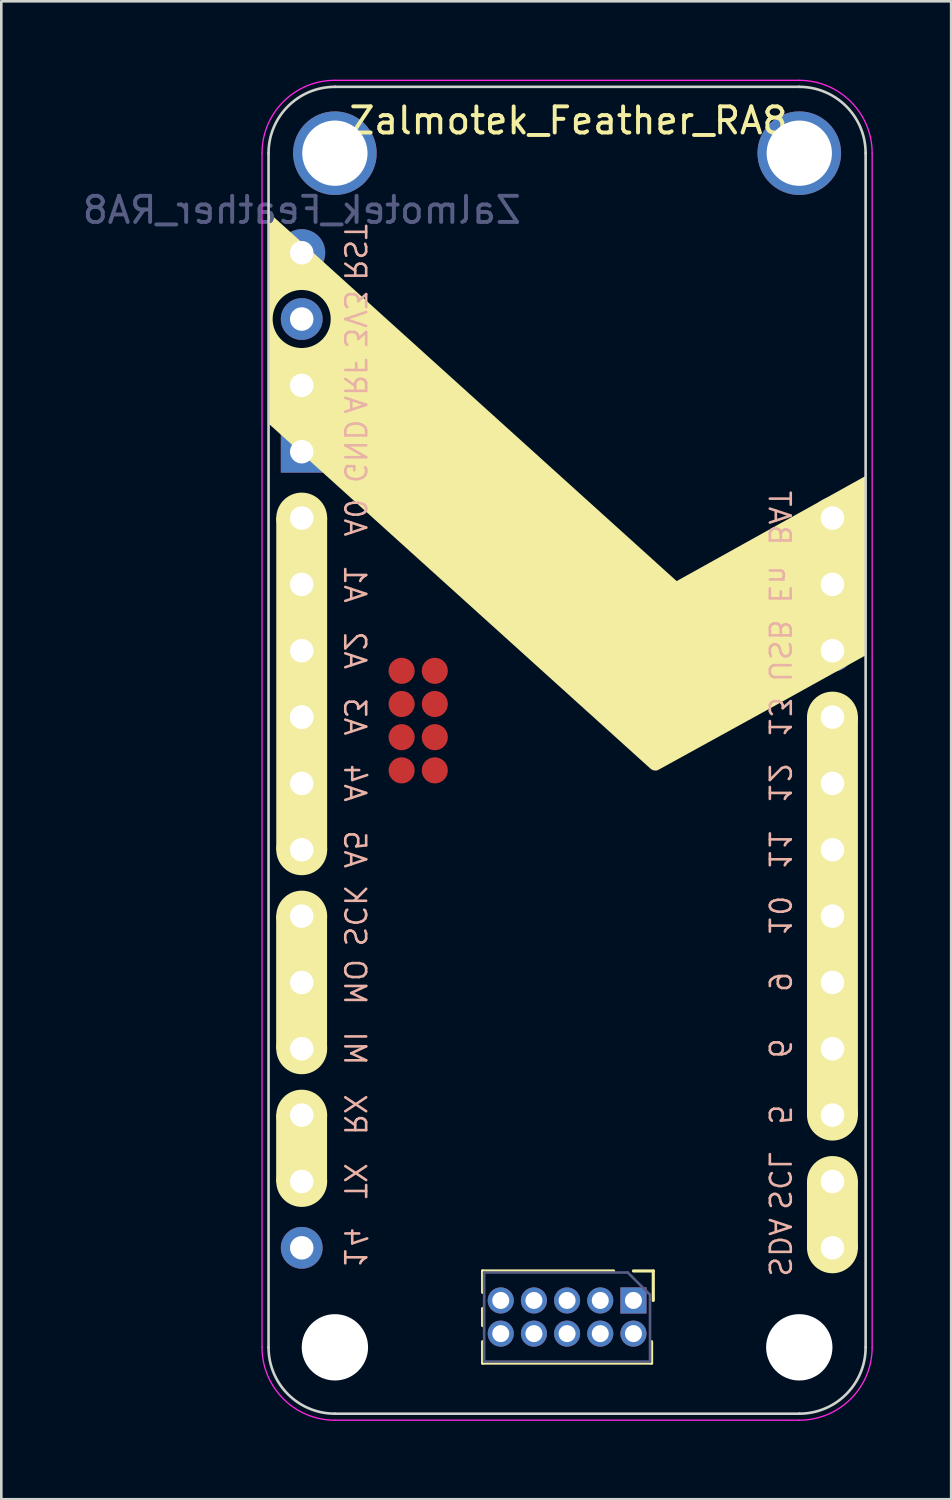
<source format=kicad_pcb>
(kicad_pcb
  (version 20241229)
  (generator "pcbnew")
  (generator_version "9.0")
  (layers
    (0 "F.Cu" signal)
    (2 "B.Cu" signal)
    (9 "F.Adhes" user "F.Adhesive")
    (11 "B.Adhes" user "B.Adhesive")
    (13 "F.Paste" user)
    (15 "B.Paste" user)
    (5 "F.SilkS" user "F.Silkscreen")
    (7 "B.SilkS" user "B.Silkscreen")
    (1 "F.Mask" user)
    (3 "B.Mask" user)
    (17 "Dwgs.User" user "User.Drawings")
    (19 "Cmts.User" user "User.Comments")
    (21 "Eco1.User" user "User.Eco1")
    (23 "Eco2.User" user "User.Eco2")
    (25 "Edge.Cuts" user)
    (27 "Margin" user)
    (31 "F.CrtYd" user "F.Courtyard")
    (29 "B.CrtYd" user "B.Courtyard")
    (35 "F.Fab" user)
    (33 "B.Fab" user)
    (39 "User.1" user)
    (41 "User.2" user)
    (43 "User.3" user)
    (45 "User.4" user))
  (footprint "Zalmotek_Feather_RA8"
    (layer "F.Cu")
    (at 8.502 6.625)
    (property "Reference" "Zalmotek_Feather_RA8" (at 10.21 -5.057 0) (layer "F.SilkS") (effects (font (size 1 1) (thickness 0.15))))
    (attr through_hole exclude_from_bom)
    (fp_line (start 6.925 38.985) (end 6.925 39.807) (stroke (width 0.12) (type solid)) (layer "F.SilkS"))
    (fp_line (start 6.925 40.423) (end 6.925 41.077) (stroke (width 0.12) (type solid)) (layer "F.SilkS"))
    (fp_line (start 6.925 41.693) (end 6.925 42.515) (stroke (width 0.12) (type solid)) (layer "F.SilkS"))
    (fp_line (start 11.94 38.985) (end 6.925 38.985) (stroke (width 0.12) (type solid)) (layer "F.SilkS"))
    (fp_line (start 12.7 38.985) (end 13.46 38.985) (stroke (width 0.12) (type solid)) (layer "F.SilkS"))
    (fp_line (start 13.395 41.693) (end 13.395 42.515) (stroke (width 0.12) (type solid)) (layer "F.SilkS"))
    (fp_line (start 13.395 42.515) (end 6.925 42.515) (stroke (width 0.12) (type solid)) (layer "F.SilkS"))
    (fp_line (start 13.46 38.985) (end 13.46 40.115) (stroke (width 0.12) (type solid)) (layer "F.SilkS"))
    (fp_rect (start -0.928 25.39) (end 0.92 30.466) (stroke (width 0.1) (type solid)) (fill yes) (layer "F.SilkS"))
    (fp_rect (start -0.928 33.015) (end 0.92 35.56) (stroke (width 0.1) (type solid)) (fill yes) (layer "F.SilkS"))
    (fp_rect (start -0.924 10.162) (end 0.924 22.858) (stroke (width 0.1) (type solid)) (fill yes) (layer "F.SilkS"))
    (fp_rect (start 19.396 17.78) (end 21.244 33.015) (stroke (width 0.1) (type solid)) (fill yes) (layer "F.SilkS"))
    (fp_rect (start 19.396 35.56) (end 21.244 38.115) (stroke (width 0.1) (type solid)) (fill yes) (layer "F.SilkS"))
    (fp_circle (center 0 10.16) (end 0.924 10.16) (stroke (width 0.1) (type solid)) (fill yes) (layer "F.SilkS"))
    (fp_circle (center 0 22.86) (end 0.924 22.86) (stroke (width 0.1) (type solid)) (fill yes) (layer "F.SilkS"))
    (fp_circle (center 0 25.4) (end 0.924 25.4) (stroke (width 0.1) (type solid)) (fill yes) (layer "F.SilkS"))
    (fp_circle (center 0 30.48) (end 0.924 30.48) (stroke (width 0.1) (type solid)) (fill yes) (layer "F.SilkS"))
    (fp_circle (center 0 33.02) (end 0.924 33.02) (stroke (width 0.1) (type solid)) (fill yes) (layer "F.SilkS"))
    (fp_circle (center 0 35.56) (end 0.924 35.56) (stroke (width 0.1) (type solid)) (fill yes) (layer "F.SilkS"))
    (fp_circle (center 20.32 17.78) (end 21.244 17.78) (stroke (width 0.1) (type solid)) (fill yes) (layer "F.SilkS"))
    (fp_circle (center 20.32 33.02) (end 21.244 33.02) (stroke (width 0.1) (type solid)) (fill yes) (layer "F.SilkS"))
    (fp_circle (center 20.32 35.56) (end 21.244 35.56) (stroke (width 0.1) (type solid)) (fill yes) (layer "F.SilkS"))
    (fp_circle (center 20.32 38.1) (end 21.244 38.1) (stroke (width 0.1) (type solid)) (fill yes) (layer "F.SilkS"))
    (fp_poly (pts (xy 14.354 12.573) (xy 21.586 8.55) (xy 21.586 15.418) (xy 17.626 17.614) (xy 13.66 19.797) (xy 13.653 19.801) (xy 13.646 19.804) (xy 13.639 19.807) (xy 13.632 19.81) (xy 13.624 19.813) (xy 13.617 19.815) (xy 13.61 19.818) (xy 13.602 19.82) (xy 13.595 19.821) (xy 13.587 19.823) (xy 13.579 19.824) (xy 13.572 19.825) (xy 13.564 19.826) (xy 13.556 19.826) (xy 13.549 19.827) (xy 13.541 19.827) (xy 13.527 19.826) (xy 13.514 19.825) (xy 13.501 19.824) (xy 13.489 19.821) (xy 13.477 19.819) (xy 13.465 19.816) (xy 13.454 19.812) (xy 13.443 19.808) (xy 13.433 19.804) (xy 13.422 19.799) (xy 13.412 19.794) (xy 13.402 19.789) (xy 13.392 19.783) (xy 13.382 19.777) (xy 13.362 19.763) (xy -1.271 6.541) (xy -1.271 2.539) (xy -1.113 2.539) (xy -1.112 2.596) (xy -1.107 2.652) (xy -1.1 2.708) (xy -1.09 2.762) (xy -1.078 2.816) (xy -1.063 2.869) (xy -1.046 2.92) (xy -1.026 2.971) (xy -1.003 3.02) (xy -0.979 3.068) (xy -0.952 3.114) (xy -0.923 3.159) (xy -0.892 3.203) (xy -0.859 3.245) (xy -0.824 3.285) (xy -0.788 3.324) (xy -0.749 3.36) (xy -0.709 3.395) (xy -0.667 3.428) (xy -0.623 3.459) (xy -0.578 3.488) (xy -0.532 3.515) (xy -0.484 3.539) (xy -0.435 3.562) (xy -0.384 3.582) (xy -0.333 3.599) (xy -0.28 3.614) (xy -0.226 3.626) (xy -0.172 3.636) (xy -0.116 3.643) (xy -0.06 3.648) (xy -0.003 3.649) (xy 0.055 3.648) (xy 0.111 3.643) (xy 0.167 3.636) (xy 0.221 3.627) (xy 0.275 3.614) (xy 0.328 3.599) (xy 0.379 3.582) (xy 0.43 3.562) (xy 0.479 3.54) (xy 0.527 3.515) (xy 0.574 3.488) (xy 0.619 3.459) (xy 0.662 3.429) (xy 0.704 3.396) (xy 0.744 3.361) (xy 0.783 3.324) (xy 0.82 3.285) (xy 0.855 3.245) (xy 0.888 3.203) (xy 0.919 3.16) (xy 0.948 3.114) (xy 0.974 3.068) (xy 0.999 3.02) (xy 1.021 2.971) (xy 1.041 2.92) (xy 1.059 2.869) (xy 1.074 2.816) (xy 1.086 2.762) (xy 1.096 2.708) (xy 1.103 2.652) (xy 1.107 2.596) (xy 1.109 2.539) (xy 1.107 2.481) (xy 1.103 2.425) (xy 1.096 2.369) (xy 1.086 2.315) (xy 1.074 2.261) (xy 1.059 2.208) (xy 1.041 2.156) (xy 1.021 2.106) (xy 0.999 2.057) (xy 0.975 2.009) (xy 0.948 1.962) (xy 0.919 1.917) (xy 0.888 1.874) (xy 0.855 1.832) (xy 0.82 1.791) (xy 0.783 1.753) (xy 0.745 1.716) (xy 0.704 1.681) (xy 0.662 1.648) (xy 0.619 1.617) (xy 0.574 1.588) (xy 0.527 1.561) (xy 0.479 1.537) (xy 0.43 1.515) (xy 0.38 1.495) (xy 0.328 1.477) (xy 0.275 1.462) (xy 0.221 1.45) (xy 0.167 1.44) (xy 0.111 1.433) (xy 0.055 1.429) (xy -0.003 1.427) (xy -0.06 1.429) (xy -0.116 1.433) (xy -0.172 1.44) (xy -0.226 1.45) (xy -0.28 1.463) (xy -0.333 1.477) (xy -0.384 1.495) (xy -0.435 1.515) (xy -0.484 1.537) (xy -0.532 1.562) (xy -0.578 1.588) (xy -0.624 1.617) (xy -0.667 1.648) (xy -0.709 1.681) (xy -0.749 1.716) (xy -0.788 1.753) (xy -0.825 1.792) (xy -0.86 1.832) (xy -0.893 1.874) (xy -0.923 1.917) (xy -0.952 1.962) (xy -0.979 2.009) (xy -1.004 2.057) (xy -1.026 2.106) (xy -1.046 2.157) (xy -1.063 2.208) (xy -1.078 2.261) (xy -1.091 2.315) (xy -1.1 2.369) (xy -1.107 2.425) (xy -1.112 2.481) (xy -1.113 2.539) (xy -1.271 2.539) (xy -1.271 -1.546)) (stroke (width 0) (type solid)) (fill yes) (layer "F.SilkS"))
    (fp_line (start -1.27 -3.81) (end -1.27 41.91) (stroke (width 0.1) (type solid)) (layer "Edge.Cuts"))
    (fp_line (start 1.27 44.45) (end 19.05 44.45) (stroke (width 0.1) (type solid)) (layer "Edge.Cuts"))
    (fp_line (start 19.05 -6.35) (end 1.27 -6.35) (stroke (width 0.1) (type solid)) (layer "Edge.Cuts"))
    (fp_line (start 21.59 41.91) (end 21.59 -3.81) (stroke (width 0.1) (type solid)) (layer "Edge.Cuts"))
    (fp_arc (start -1.27 -3.81) (mid -0.526051 -5.606051) (end 1.27 -6.35) (stroke (width 0.1) (type solid)) (layer "Edge.Cuts"))
    (fp_arc (start 1.27 44.45) (mid -0.526051 43.706051) (end -1.27 41.91) (stroke (width 0.1) (type solid)) (layer "Edge.Cuts"))
    (fp_arc (start 19.05 -6.35) (mid 20.846051 -5.606051) (end 21.59 -3.81) (stroke (width 0.1) (type solid)) (layer "Edge.Cuts"))
    (fp_arc (start 21.59 41.91) (mid 20.846051 43.706051) (end 19.05 44.45) (stroke (width 0.1) (type solid)) (layer "Edge.Cuts"))
    (fp_line (start -1.52 41.91) (end -1.52 -3.81) (stroke (width 0.05) (type solid)) (layer "F.CrtYd"))
    (fp_line (start 19.05 -6.6) (end 1.27 -6.6) (stroke (width 0.05) (type solid)) (layer "F.CrtYd"))
    (fp_line (start 19.05 44.7) (end 1.27 44.7) (stroke (width 0.05) (type solid)) (layer "F.CrtYd"))
    (fp_line (start 21.84 41.91) (end 21.84 -3.81) (stroke (width 0.05) (type solid)) (layer "F.CrtYd"))
    (fp_arc (start -1.52 -3.81) (mid -0.702828 -5.782828) (end 1.27 -6.6) (stroke (width 0.05) (type solid)) (layer "F.CrtYd"))
    (fp_arc (start 1.27 44.7) (mid -0.702828 43.882828) (end -1.52 41.91) (stroke (width 0.05) (type solid)) (layer "F.CrtYd"))
    (fp_arc (start 19.05 -6.6) (mid 21.022828 -5.782828) (end 21.84 -3.81) (stroke (width 0.05) (type solid)) (layer "F.CrtYd"))
    (fp_arc (start 21.84 41.91) (mid 21.022828 43.882828) (end 19.05 44.7) (stroke (width 0.05) (type solid)) (layer "F.CrtYd"))
    (fp_line (start 6.985 39.045) (end 12.482 39.045) (stroke (width 0.1) (type solid)) (layer "B.Fab"))
    (fp_line (start 6.985 42.455) (end 6.985 39.045) (stroke (width 0.1) (type solid)) (layer "B.Fab"))
    (fp_line (start 12.482 39.045) (end 13.335 39.898) (stroke (width 0.1) (type solid)) (layer "B.Fab"))
    (fp_line (start 13.335 39.898) (end 13.335 42.455) (stroke (width 0.1) (type solid)) (layer "B.Fab"))
    (fp_line (start 13.335 42.455) (end 6.985 42.455) (stroke (width 0.1) (type solid)) (layer "B.Fab"))
    (fp_text user "9" (at 18.288 27.923 270) (unlocked yes) (layer "B.SilkS") (effects (font (size 0.8 0.8) (thickness 0.1) (bold yes)) (justify mirror)))
    (fp_text user "14" (at 2.032 38.083 270) (unlocked yes) (layer "B.SilkS") (effects (font (size 0.8 0.8) (thickness 0.1) (bold yes)) (justify mirror)))
    (fp_text user "TX" (at 2.032 35.543 270) (unlocked yes) (layer "B.SilkS") (effects (font (size 0.8 0.8) (thickness 0.1) (bold yes)) (justify mirror)))
    (fp_text user "RX" (at 2.032 33.003 270) (unlocked yes) (layer "B.SilkS") (effects (font (size 0.8 0.8) (thickness 0.1) (bold yes)) (justify mirror)))
    (fp_text user "SCL" (at 18.288 35.543 270) (unlocked yes) (layer "B.SilkS") (effects (font (size 0.8 0.8) (thickness 0.1) (bold yes)) (justify mirror)))
    (fp_text user "11" (at 18.288 22.843 270) (unlocked yes) (layer "B.SilkS") (effects (font (size 0.8 0.8) (thickness 0.1) (bold yes)) (justify mirror)))
    (fp_text user "5" (at 18.288 33.003 270) (unlocked yes) (layer "B.SilkS") (effects (font (size 0.8 0.8) (thickness 0.1) (bold yes)) (justify mirror)))
    (fp_text user "A3" (at 2.032 17.763 270) (unlocked yes) (layer "B.SilkS") (effects (font (size 0.8 0.8) (thickness 0.1) (bold yes)) (justify mirror)))
    (fp_text user "A1" (at 2.032 12.683 270) (unlocked yes) (layer "B.SilkS") (effects (font (size 0.8 0.8) (thickness 0.1) (bold yes)) (justify mirror)))
    (fp_text user "USB" (at 18.288 15.24 270) (unlocked yes) (layer "B.SilkS") (effects (font (size 0.8 0.8) (thickness 0.1) (bold yes)) (justify mirror)))
    (fp_text user "A2" (at 2.032 15.223 270) (unlocked yes) (layer "B.SilkS") (effects (font (size 0.8 0.8) (thickness 0.1) (bold yes)) (justify mirror)))
    (fp_text user "En" (at 18.288 12.7 270) (unlocked yes) (layer "B.SilkS") (effects (font (size 0.8 0.8) (thickness 0.1) (bold yes)) (justify mirror)))
    (fp_text user "10" (at 18.288 25.383 270) (unlocked yes) (layer "B.SilkS") (effects (font (size 0.8 0.8) (thickness 0.1) (bold yes)) (justify mirror)))
    (fp_text user "SCK" (at 2.032 25.383 270) (unlocked yes) (layer "B.SilkS") (effects (font (size 0.8 0.8) (thickness 0.1) (bold yes)) (justify mirror)))
    (fp_text user "BAT" (at 18.288 10.16 270) (unlocked yes) (layer "B.SilkS") (effects (font (size 0.8 0.8) (thickness 0.1) (bold yes)) (justify mirror)))
    (fp_text user "RST" (at 2.032 -0.017 270) (unlocked yes) (layer "B.SilkS") (effects (font (size 0.8 0.8) (thickness 0.1) (bold yes)) (justify mirror)))
    (fp_text user "MI" (at 2.032 30.463 270) (unlocked yes) (layer "B.SilkS") (effects (font (size 0.8 0.8) (thickness 0.1) (bold yes)) (justify mirror)))
    (fp_text user "A4" (at 2.032 20.303 270) (unlocked yes) (layer "B.SilkS") (effects (font (size 0.8 0.8) (thickness 0.1) (bold yes)) (justify mirror)))
    (fp_text user "A0" (at 2.032 10.143 270) (unlocked yes) (layer "B.SilkS") (effects (font (size 0.8 0.8) (thickness 0.1) (bold yes)) (justify mirror)))
    (fp_text user "6" (at 18.288 30.463 270) (unlocked yes) (layer "B.SilkS") (effects (font (size 0.8 0.8) (thickness 0.1) (bold yes)) (justify mirror)))
    (fp_text user "ARF" (at 2.032 5.08 270) (unlocked yes) (layer "B.SilkS") (effects (font (size 0.8 0.8) (thickness 0.1) (bold yes)) (justify mirror)))
    (fp_text user "13" (at 18.288 17.78 270) (unlocked yes) (layer "B.SilkS") (effects (font (size 0.8 0.8) (thickness 0.1) (bold yes)) (justify mirror)))
    (fp_text user "SDA" (at 18.288 38.083 270) (unlocked yes) (layer "B.SilkS") (effects (font (size 0.8 0.8) (thickness 0.1) (bold yes)) (justify mirror)))
    (fp_text user "12" (at 18.288 20.303 270) (unlocked yes) (layer "B.SilkS") (effects (font (size 0.8 0.8) (thickness 0.1) (bold yes)) (justify mirror)))
    (fp_text user "A5" (at 2.032 22.843 270) (unlocked yes) (layer "B.SilkS") (effects (font (size 0.8 0.8) (thickness 0.1) (bold yes)) (justify mirror)))
    (fp_text user "3V3" (at 2.032 2.54 270) (unlocked yes) (layer "B.SilkS") (effects (font (size 0.8 0.8) (thickness 0.1) (bold yes)) (justify mirror)))
    (fp_text user "MO" (at 2.032 27.923 270) (unlocked yes) (layer "B.SilkS") (effects (font (size 0.8 0.8) (thickness 0.1) (bold yes)) (justify mirror)))
    (fp_text user "GND" (at 2.032 7.603 270) (unlocked yes) (layer "B.SilkS") (effects (font (size 0.8 0.8) (thickness 0.1) (bold yes)) (justify mirror)))
    (fp_text user "${REFERENCE}" (at 0.004 -1.633 180) (layer "B.Fab") (effects (font (size 1 1) (thickness 0.15)) (justify mirror)))
    (pad "" np_thru_hole circle (at 1.27 -3.81 270) (size 3.2 3.2) (drill 2.5) (layers "*.Cu" "*.Mask"))
    (pad "" np_thru_hole circle (at 1.27 41.91 270) (size 2.54 2.54) (drill 2.54) (layers "*.Cu" "*.Mask"))
    (pad "" np_thru_hole circle (at 19.05 -3.81 270) (size 3.2 3.2) (drill 2.5) (layers "*.Cu" "*.Mask"))
    (pad "" np_thru_hole circle (at 19.05 41.91 270) (size 2.54 2.54) (drill 2.54) (layers "*.Cu" "*.Mask"))
    (pad "1" thru_hole circle (at 0 0 180) (size 1.8 1.8) (drill 0.9) (layers "*.Cu" "*.Mask"))
    (pad "2" thru_hole circle (at 0 2.54 180) (size 1.6 1.6) (drill 0.9) (layers "*.Cu" "*.Mask"))
    (pad "3" thru_hole circle (at 0 5.08 180) (size 1.6 1.6) (drill 0.9) (layers "*.Cu" "*.Mask"))
    (pad "4" thru_hole rect (at 0 7.62 180) (size 1.6 1.6) (drill 0.9) (layers "*.Cu" "*.Mask"))
    (pad "5" thru_hole circle (at 0 10.16 180) (size 1.6 1.6) (drill 0.9) (layers "*.Cu" "*.Mask"))
    (pad "6" thru_hole circle (at 0 12.7 180) (size 1.6 1.6) (drill 0.9) (layers "*.Cu" "*.Mask"))
    (pad "7" thru_hole circle (at 0 15.24 180) (size 1.6 1.6) (drill 0.9) (layers "*.Cu" "*.Mask"))
    (pad "8" thru_hole circle (at 0 17.78 180) (size 1.6 1.6) (drill 0.9) (layers "*.Cu" "*.Mask"))
    (pad "8" thru_hole circle (at 0 17.78 180) (size 1.6 1.6) (drill 0.9) (layers "*.Cu" "*.Mask"))
    (pad "9" thru_hole circle (at 0 20.32 180) (size 1.6 1.6) (drill 0.9) (layers "*.Cu" "*.Mask"))
    (pad "10" thru_hole circle (at 0 22.86 180) (size 1.6 1.6) (drill 0.9) (layers "*.Cu" "*.Mask"))
    (pad "11" thru_hole circle (at 0 25.4 180) (size 1.6 1.6) (drill 0.9) (layers "*.Cu" "*.Mask"))
    (pad "12" thru_hole circle (at 0 27.94 180) (size 1.6 1.6) (drill 0.9) (layers "*.Cu" "*.Mask"))
    (pad "13" thru_hole circle (at 0 30.48 180) (size 1.6 1.6) (drill 0.9) (layers "*.Cu" "*.Mask"))
    (pad "14" thru_hole circle (at 0 33.02 180) (size 1.6 1.6) (drill 0.9) (layers "*.Cu" "*.Mask"))
    (pad "15" thru_hole circle (at 0 35.56 180) (size 1.6 1.6) (drill 0.9) (layers "*.Cu" "*.Mask"))
    (pad "16" thru_hole circle (at 0 38.1 180) (size 1.6 1.6) (drill 0.9) (layers "*.Cu" "*.Mask"))
    (pad "17" thru_hole circle (at 20.32 38.1 180) (size 1.6 1.6) (drill 0.9) (layers "*.Cu" "*.Mask"))
    (pad "18" thru_hole circle (at 20.32 35.56 180) (size 1.6 1.6) (drill 0.9) (layers "*.Cu" "*.Mask"))
    (pad "19" thru_hole circle (at 20.32 33.02 180) (size 1.6 1.6) (drill 0.9) (layers "*.Cu" "*.Mask"))
    (pad "20" thru_hole circle (at 20.32 30.48 180) (size 1.6 1.6) (drill 0.9) (layers "*.Cu" "*.Mask"))
    (pad "21" thru_hole circle (at 20.32 27.94 180) (size 1.6 1.6) (drill 0.9) (layers "*.Cu" "*.Mask"))
    (pad "22" thru_hole circle (at 20.32 25.4 180) (size 1.6 1.6) (drill 0.9) (layers "*.Cu" "*.Mask"))
    (pad "23" thru_hole circle (at 20.32 22.86 180) (size 1.6 1.6) (drill 0.9) (layers "*.Cu" "*.Mask"))
    (pad "24" thru_hole circle (at 20.32 20.32 180) (size 1.6 1.6) (drill 0.9) (layers "*.Cu" "*.Mask"))
    (pad "25" thru_hole circle (at 20.32 17.78 180) (size 1.6 1.6) (drill 0.9) (layers "*.Cu" "*.Mask"))
    (pad "26" thru_hole circle (at 20.32 15.24 180) (size 1.6 1.6) (drill 0.9) (layers "*.Cu" "*.Mask"))
    (pad "27" thru_hole circle (at 20.32 12.7 180) (size 1.6 1.6) (drill 0.9) (layers "*.Cu" "*.Mask"))
    (pad "28" thru_hole circle (at 20.32 10.16 180) (size 1.6 1.6) (drill 0.9) (layers "*.Cu" "*.Mask"))
    (pad "29" connect circle (at 3.825 19.82) (size 1 1) (layers "F.Cu" "F.Mask"))
    (pad "30" connect oval (at 5.095 19.82) (size 1 1) (layers "F.Cu" "F.Mask"))
    (pad "31" connect oval (at 3.825 18.549) (size 1 1) (layers "F.Cu" "F.Mask"))
    (pad "32" connect oval (at 5.095 18.549) (size 1 1) (layers "F.Cu" "F.Mask"))
    (pad "33" connect oval (at 3.825 17.279) (size 1 1) (layers "F.Cu" "F.Mask"))
    (pad "34" connect oval (at 5.095 17.279) (size 1 1) (layers "F.Cu" "F.Mask"))
    (pad "35" connect oval (at 3.825 16.009) (size 1 1) (layers "F.Cu" "F.Mask"))
    (pad "36" connect oval (at 5.095 16.009) (size 1 1) (layers "F.Cu" "F.Mask"))
    (pad "37" thru_hole rect (at 12.7 40.115 90) (size 1 1) (drill 0.65) (layers "*.Cu" "*.Mask"))
    (pad "38" thru_hole oval (at 12.7 41.385 90) (size 1 1) (drill 0.65) (layers "*.Cu" "*.Mask"))
    (pad "39" thru_hole oval (at 11.43 40.115 90) (size 1 1) (drill 0.65) (layers "*.Cu" "*.Mask"))
    (pad "40" thru_hole oval (at 11.43 41.385 90) (size 1 1) (drill 0.65) (layers "*.Cu" "*.Mask"))
    (pad "41" thru_hole oval (at 10.16 40.115 90) (size 1 1) (drill 0.65) (layers "*.Cu" "*.Mask"))
    (pad "42" thru_hole oval (at 10.16 41.385 90) (size 1 1) (drill 0.65) (layers "*.Cu" "*.Mask"))
    (pad "43" thru_hole oval (at 8.89 40.115 90) (size 1 1) (drill 0.65) (layers "*.Cu" "*.Mask"))
    (pad "44" thru_hole oval (at 8.89 41.385 90) (size 1 1) (drill 0.65) (layers "*.Cu" "*.Mask"))
    (pad "45" thru_hole circle (at 7.62 40.115 90) (size 1 1) (drill 0.65) (layers "*.Cu" "*.Mask"))
    (pad "46" thru_hole oval (at 7.62 41.385 90) (size 1 1) (drill 0.65) (layers "*.Cu" "*.Mask")))
  (gr_rect
    (start -3 -3)
    (end 33.367 54.35)
    (stroke (width 0.1) (type default))
    (fill no)
    (layer "Edge.Cuts")))
</source>
